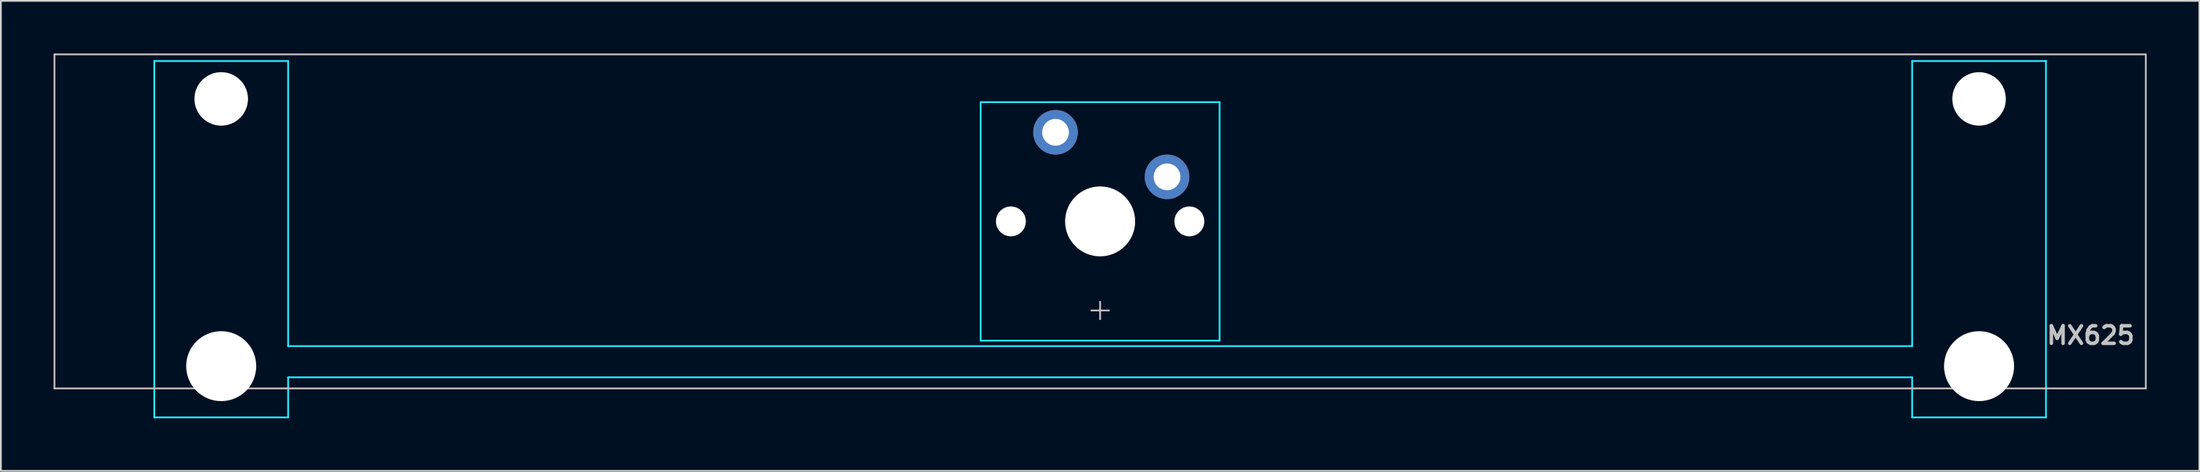
<source format=kicad_pcb>
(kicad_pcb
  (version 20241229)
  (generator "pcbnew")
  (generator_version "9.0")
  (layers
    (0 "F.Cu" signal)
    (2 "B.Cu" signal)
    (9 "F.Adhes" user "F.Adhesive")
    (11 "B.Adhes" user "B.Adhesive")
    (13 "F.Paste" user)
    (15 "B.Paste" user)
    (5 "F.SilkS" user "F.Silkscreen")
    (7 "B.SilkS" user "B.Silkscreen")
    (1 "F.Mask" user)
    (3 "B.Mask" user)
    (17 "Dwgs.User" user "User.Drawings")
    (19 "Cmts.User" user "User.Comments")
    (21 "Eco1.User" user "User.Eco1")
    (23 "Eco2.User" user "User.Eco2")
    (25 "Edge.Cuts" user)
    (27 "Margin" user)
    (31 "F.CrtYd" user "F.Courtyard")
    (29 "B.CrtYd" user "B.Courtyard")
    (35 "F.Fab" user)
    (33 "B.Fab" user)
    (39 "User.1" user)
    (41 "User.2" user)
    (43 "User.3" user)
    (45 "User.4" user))
  (footprint "MX625"
    (layer "F.Cu")
    (at 59.581 9.575)
    (property "Reference" "MX625" (at 59 6.5 0) (layer "Dwgs.User") (effects (font (size 1 1) (thickness 0.2)) (justify right)))
    (attr through_hole)
    (fp_line (start -59.531 -9.525) (end -59.531 9.525) (stroke (width 0.1) (type solid)) (layer "Dwgs.User"))
    (fp_line (start -59.531 -9.525) (end 59.531 -9.525) (stroke (width 0.1) (type solid)) (layer "Dwgs.User"))
    (fp_line (start -59.531 9.525) (end 59.531 9.525) (stroke (width 0.1) (type solid)) (layer "Dwgs.User"))
    (fp_line (start -0.5 5.08) (end 0.5 5.08) (stroke (width 0.1) (type solid)) (layer "Dwgs.User"))
    (fp_line (start 0 5.58) (end 0 4.58) (stroke (width 0.1) (type solid)) (layer "Dwgs.User"))
    (fp_line (start 59.531 -9.525) (end 59.531 9.525) (stroke (width 0.1) (type solid)) (layer "Dwgs.User"))
    (fp_line (start -53.538 -5.485) (end -53.538 8.515) (stroke (width 0.1) (type solid)) (layer "Eco1.User"))
    (fp_line (start -53.038 -5.985) (end -47.038 -5.985) (stroke (width 0.1) (type solid)) (layer "Eco1.User"))
    (fp_line (start -47.038 9.015) (end -53.038 9.015) (stroke (width 0.1) (type solid)) (layer "Eco1.User"))
    (fp_line (start -46.538 8.515) (end -46.538 -5.485) (stroke (width 0.1) (type solid)) (layer "Eco1.User"))
    (fp_line (start -7 -6.5) (end -7 6.5) (stroke (width 0.1) (type solid)) (layer "Eco1.User"))
    (fp_line (start -6.5 7) (end 6.5 7) (stroke (width 0.1) (type solid)) (layer "Eco1.User"))
    (fp_line (start 6.5 -7) (end -6.5 -7) (stroke (width 0.1) (type solid)) (layer "Eco1.User"))
    (fp_line (start 7 6.5) (end 7 -6.5) (stroke (width 0.1) (type solid)) (layer "Eco1.User"))
    (fp_line (start 46.538 -5.485) (end 46.538 8.515) (stroke (width 0.1) (type solid)) (layer "Eco1.User"))
    (fp_line (start 47.038 -5.985) (end 53.038 -5.985) (stroke (width 0.1) (type solid)) (layer "Eco1.User"))
    (fp_line (start 53.038 9.015) (end 47.038 9.015) (stroke (width 0.1) (type solid)) (layer "Eco1.User"))
    (fp_line (start 53.538 8.515) (end 53.538 -5.485) (stroke (width 0.1) (type solid)) (layer "Eco1.User"))
    (fp_arc (start -53.538 -5.485) (mid -53.391553 -5.838553) (end -53.038 -5.985) (stroke (width 0.1) (type solid)) (layer "Eco1.User"))
    (fp_arc (start -53.038 9.015) (mid -53.391553 8.868553) (end -53.538 8.515) (stroke (width 0.1) (type solid)) (layer "Eco1.User"))
    (fp_arc (start -47.038 -5.985) (mid -46.684447 -5.838553) (end -46.538 -5.485) (stroke (width 0.1) (type solid)) (layer "Eco1.User"))
    (fp_arc (start -46.538 8.515) (mid -46.684447 8.868553) (end -47.038 9.015) (stroke (width 0.1) (type solid)) (layer "Eco1.User"))
    (fp_arc (start -7 -6.5) (mid -6.853553 -6.853553) (end -6.5 -7) (stroke (width 0.1) (type solid)) (layer "Eco1.User"))
    (fp_arc (start -6.5 7) (mid -6.853553 6.853553) (end -7 6.5) (stroke (width 0.1) (type solid)) (layer "Eco1.User"))
    (fp_arc (start 6.5 -7) (mid 6.853553 -6.853553) (end 7 -6.5) (stroke (width 0.1) (type solid)) (layer "Eco1.User"))
    (fp_arc (start 7 6.5) (mid 6.853553 6.853553) (end 6.5 7) (stroke (width 0.1) (type solid)) (layer "Eco1.User"))
    (fp_arc (start 46.538 -5.485) (mid 46.684447 -5.838553) (end 47.038 -5.985) (stroke (width 0.1) (type solid)) (layer "Eco1.User"))
    (fp_arc (start 47.038 9.015) (mid 46.684447 8.868553) (end 46.538 8.515) (stroke (width 0.1) (type solid)) (layer "Eco1.User"))
    (fp_arc (start 53.038 -5.985) (mid 53.391553 -5.838553) (end 53.538 -5.485) (stroke (width 0.1) (type solid)) (layer "Eco1.User"))
    (fp_arc (start 53.538 8.515) (mid 53.391553 8.868553) (end 53.038 9.015) (stroke (width 0.1) (type solid)) (layer "Eco1.User"))
    (fp_line (start -53.848 -9.144) (end -53.848 11.176) (stroke (width 0.1) (type solid)) (layer "B.CrtYd"))
    (fp_line (start -53.848 -9.144) (end -46.228 -9.144) (stroke (width 0.1) (type solid)) (layer "B.CrtYd"))
    (fp_line (start -53.848 11.176) (end -46.228 11.176) (stroke (width 0.1) (type solid)) (layer "B.CrtYd"))
    (fp_line (start -46.228 7.112) (end -46.228 -9.144) (stroke (width 0.1) (type solid)) (layer "B.CrtYd"))
    (fp_line (start -46.228 7.112) (end 46.228 7.112) (stroke (width 0.1) (type solid)) (layer "B.CrtYd"))
    (fp_line (start -46.228 8.89) (end -46.228 11.176) (stroke (width 0.1) (type solid)) (layer "B.CrtYd"))
    (fp_line (start -46.228 8.89) (end 46.228 8.89) (stroke (width 0.1) (type solid)) (layer "B.CrtYd"))
    (fp_line (start -6.8 -6.8) (end -6.8 6.8) (stroke (width 0.1) (type solid)) (layer "B.CrtYd"))
    (fp_line (start -6.8 -6.8) (end 6.8 -6.8) (stroke (width 0.1) (type solid)) (layer "B.CrtYd"))
    (fp_line (start -6.8 6.8) (end 6.8 6.8) (stroke (width 0.1) (type solid)) (layer "B.CrtYd"))
    (fp_line (start 6.8 6.8) (end 6.8 -6.8) (stroke (width 0.1) (type solid)) (layer "B.CrtYd"))
    (fp_line (start 46.228 -9.144) (end 53.848 -9.144) (stroke (width 0.1) (type solid)) (layer "B.CrtYd"))
    (fp_line (start 46.228 7.112) (end 46.228 -9.144) (stroke (width 0.1) (type solid)) (layer "B.CrtYd"))
    (fp_line (start 46.228 8.89) (end 46.228 11.176) (stroke (width 0.1) (type solid)) (layer "B.CrtYd"))
    (fp_line (start 46.228 11.176) (end 53.848 11.176) (stroke (width 0.1) (type solid)) (layer "B.CrtYd"))
    (fp_line (start 53.848 -9.144) (end 53.848 11.176) (stroke (width 0.1) (type solid)) (layer "B.CrtYd"))
    (pad "" np_thru_hole circle (at -50.038 -6.985 180) (size 3.048 3.048) (drill 3.048) (layers "*.Cu" "*.Mask"))
    (pad "" np_thru_hole circle (at -50.038 8.255 180) (size 3.988 3.988) (drill 3.988) (layers "*.Cu" "*.Mask"))
    (pad "" np_thru_hole circle (at -5.08 0) (size 1.702 1.702) (drill 1.702) (layers "*.Cu" "*.Mask"))
    (pad "" connect circle (at -2.54 -5.08) (size 1.524 1.524) (layers "B.Mask"))
    (pad "" np_thru_hole circle (at 0 0) (size 3.988 3.988) (drill 3.988) (layers "*.Cu" "*.Mask"))
    (pad "" connect circle (at 3.81 -2.54) (size 1.524 1.524) (layers "B.Mask"))
    (pad "" np_thru_hole circle (at 5.08 0) (size 1.702 1.702) (drill 1.702) (layers "*.Cu" "*.Mask"))
    (pad "" np_thru_hole circle (at 50.038 -6.985 180) (size 3.048 3.048) (drill 3.048) (layers "*.Cu" "*.Mask"))
    (pad "" np_thru_hole circle (at 50.038 8.255 180) (size 3.988 3.988) (drill 3.988) (layers "*.Cu" "*.Mask"))
    (pad "1" thru_hole circle (at -2.54 -5.08) (size 2.54 2.54) (drill 1.524) (layers "*.Cu" "F.Mask"))
    (pad "2" thru_hole circle (at 3.81 -2.54) (size 2.54 2.54) (drill 1.524) (layers "*.Cu" "F.Mask")))
  (gr_rect
    (start -3 -3)
    (end 122.162 23.801)
    (stroke (width 0.1) (type default))
    (fill no)
    (layer "Edge.Cuts")))
</source>
